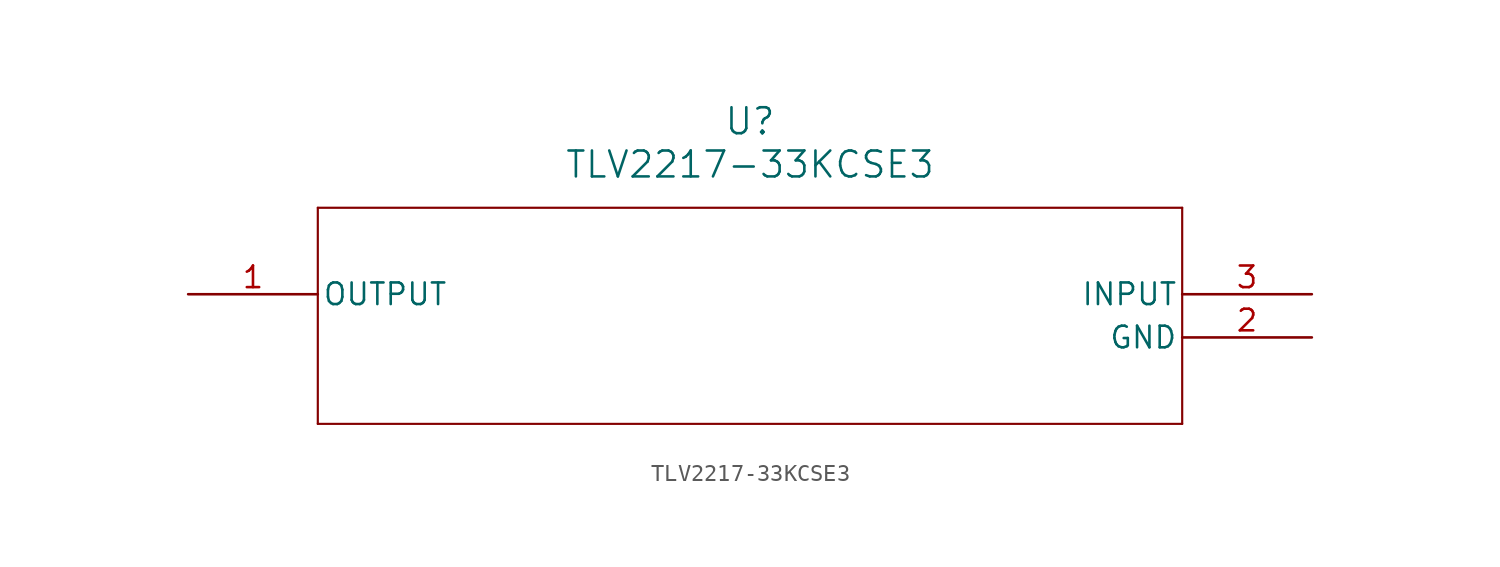
<source format=kicad_sym>
(kicad_symbol_lib
  (version 20211014)
  (generator kicad_symbol_editor)
  (symbol "TLV2217-33KCSE3"
    (pin_names
      (offset 0.254))
    (property "Reference" "U"
      (at 33.02 10.16 0)
      (effects (font (size 1.524 1.524))))
    (property "Value" "TLV2217-33KCSE3"
      (at 33.02 7.62 0)
      (effects (font (size 1.524 1.524))))
    (symbol "TLV2217-33KCSE3_0_1"
      (polyline (pts (xy 7.62 5.08) (xy 7.62 -7.62)) (stroke (width 0.127) (type default) (color 0 0 0 0)) (fill (type none)))
      (polyline (pts (xy 7.62 -7.62) (xy 58.42 -7.62)) (stroke (width 0.127) (type default) (color 0 0 0 0)) (fill (type none)))
      (polyline (pts (xy 58.42 -7.62) (xy 58.42 5.08)) (stroke (width 0.127) (type default) (color 0 0 0 0)) (fill (type none)))
      (polyline (pts (xy 58.42 5.08) (xy 7.62 5.08)) (stroke (width 0.127) (type default) (color 0 0 0 0)) (fill (type none)))
      (pin output line (at 0 0 0) (length 7.62) (name "OUTPUT" (effects (font (size 1.27 1.27)))) (number "1" (effects (font (size 1.27 1.27)))))
      (pin power_in line (at 66.04 -2.54 180) (length 7.62) (name "GND" (effects (font (size 1.27 1.27)))) (number "2" (effects (font (size 1.27 1.27)))))
      (pin input line (at 66.04 0 180) (length 7.62) (name "INPUT" (effects (font (size 1.27 1.27)))) (number "3" (effects (font (size 1.27 1.27))))))))
</source>
